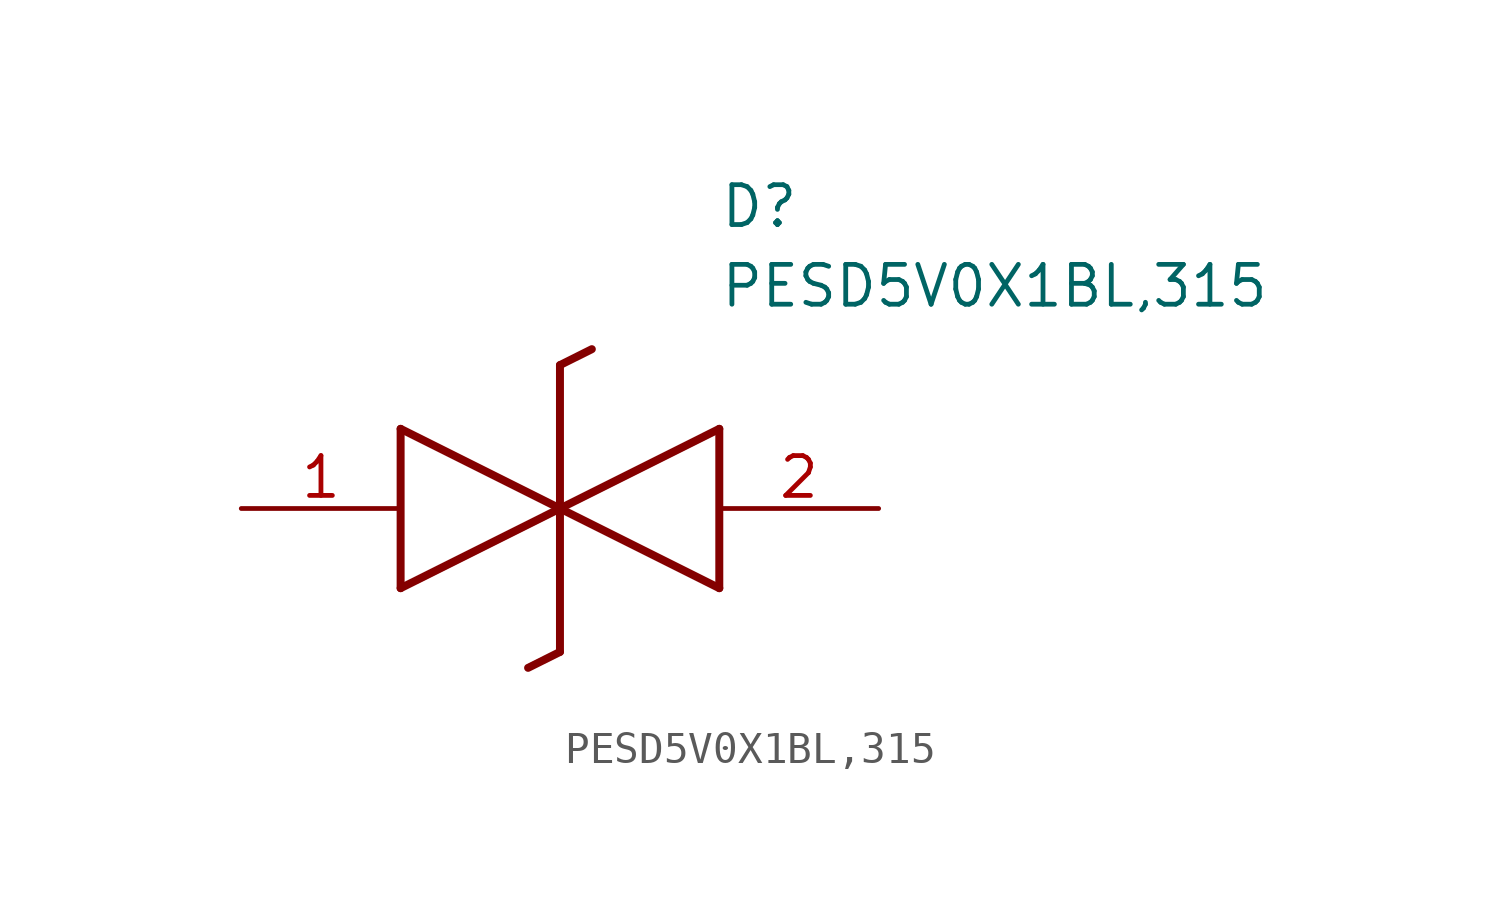
<source format=kicad_sym>
(kicad_symbol_lib
  (version 20241209)
  (generator "kicad_symbol_editor")
  (generator_version "9.0")
  (symbol "PESD5V0X1BL,315"
    (pin_names
      (hide yes))
    (property "Reference" "D"
      (at 15.24 8.89 0)
      (effects (font (size 1.27 1.27)) (justify left bottom)))
    (property "Value" "PESD5V0X1BL,315"
      (at 15.24 6.35 0)
      (effects (font (size 1.27 1.27)) (justify left bottom)))
    (symbol "PESD5V0X1BL,315_1_1"
      (polyline (pts (xy 5.08 2.54) (xy 5.08 -2.54)) (stroke (width 0.254) (type default)) (fill (type none)))
      (polyline (pts (xy 5.08 2.54) (xy 10.16 0)) (stroke (width 0.254) (type default)) (fill (type none)))
      (polyline (pts (xy 10.16 0) (xy 5.08 -2.54)) (stroke (width 0.254) (type default)) (fill (type none)))
      (polyline (pts (xy 10.16 0) (xy 15.24 -2.54)) (stroke (width 0.254) (type default)) (fill (type none)))
      (polyline (pts (xy 10.16 -4.572) (xy 9.144 -5.08)) (stroke (width 0.254) (type default)) (fill (type none)))
      (polyline (pts (xy 10.16 -4.572) (xy 10.16 4.572)) (stroke (width 0.254) (type default)) (fill (type none)))
      (polyline (pts (xy 11.176 5.08) (xy 10.16 4.572)) (stroke (width 0.254) (type default)) (fill (type none)))
      (polyline (pts (xy 15.24 2.54) (xy 10.16 0)) (stroke (width 0.254) (type default)) (fill (type none)))
      (polyline (pts (xy 15.24 2.54) (xy 15.24 -2.54)) (stroke (width 0.254) (type default)) (fill (type none)))
      (pin passive line (at 0 0 0) (length 5.08) (name "K1" (effects (font (size 1.27 1.27)))) (number "1" (effects (font (size 1.27 1.27)))))
      (pin passive line (at 20.32 0 180) (length 5.08) (name "K2" (effects (font (size 1.27 1.27)))) (number "2" (effects (font (size 1.27 1.27))))))))
</source>
